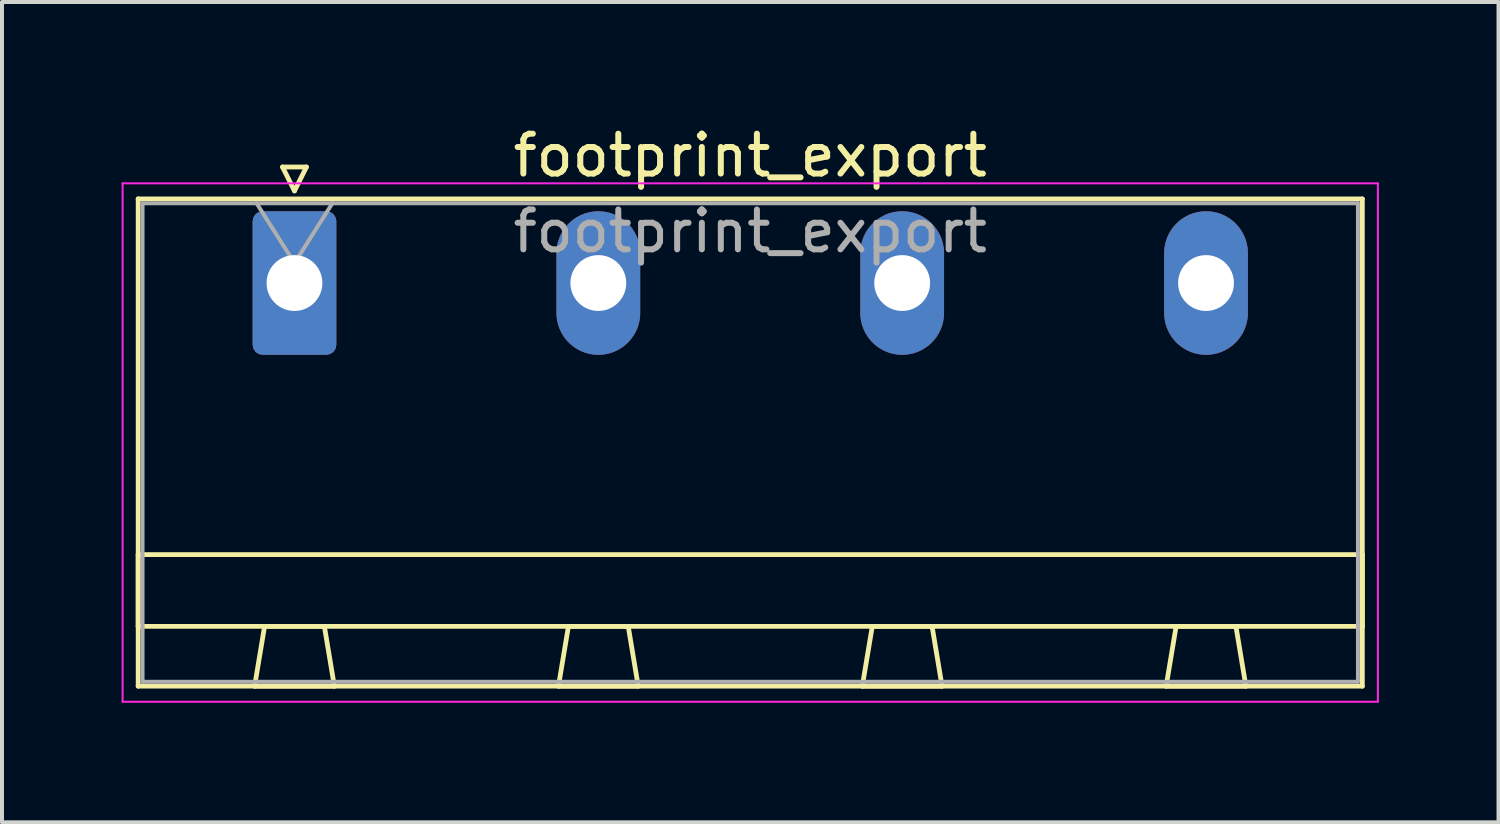
<source format=kicad_pcb>
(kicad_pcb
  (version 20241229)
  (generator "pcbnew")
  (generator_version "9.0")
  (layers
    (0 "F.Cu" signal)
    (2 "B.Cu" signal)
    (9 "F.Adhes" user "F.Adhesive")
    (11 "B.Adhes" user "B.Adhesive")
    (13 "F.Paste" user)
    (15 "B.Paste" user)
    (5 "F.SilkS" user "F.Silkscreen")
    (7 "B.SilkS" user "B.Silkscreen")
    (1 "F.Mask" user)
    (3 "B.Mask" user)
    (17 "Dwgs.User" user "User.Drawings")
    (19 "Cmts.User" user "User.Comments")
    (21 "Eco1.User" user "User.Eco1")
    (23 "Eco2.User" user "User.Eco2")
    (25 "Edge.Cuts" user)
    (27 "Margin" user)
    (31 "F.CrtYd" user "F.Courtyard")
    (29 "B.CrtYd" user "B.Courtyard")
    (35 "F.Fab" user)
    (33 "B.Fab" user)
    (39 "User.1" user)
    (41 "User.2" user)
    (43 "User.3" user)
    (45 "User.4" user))
  (footprint "footprint_export"
    (layer "F.Cu")
    (at 4.335 4.048)
    (property "Reference" "footprint_export" (at 11.43 -3.2 0) (layer "F.SilkS") (effects (font (size 1 1) (thickness 0.15))))
    (attr through_hole)
    (fp_line (start -3.92 -2.11) (end -3.92 10.11) (stroke (width 0.12) (type solid)) (layer "F.SilkS"))
    (fp_line (start -3.92 6.81) (end 26.78 6.81) (stroke (width 0.12) (type solid)) (layer "F.SilkS"))
    (fp_line (start -3.92 8.61) (end -3.92 6.81) (stroke (width 0.12) (type solid)) (layer "F.SilkS"))
    (fp_line (start -3.92 10.11) (end 26.78 10.11) (stroke (width 0.12) (type solid)) (layer "F.SilkS"))
    (fp_line (start -1 10.11) (end 1 10.11) (stroke (width 0.12) (type solid)) (layer "F.SilkS"))
    (fp_line (start -0.75 8.61) (end -1 10.11) (stroke (width 0.12) (type solid)) (layer "F.SilkS"))
    (fp_line (start -0.3 -2.91) (end 0.3 -2.91) (stroke (width 0.12) (type solid)) (layer "F.SilkS"))
    (fp_line (start 0 -2.31) (end -0.3 -2.91) (stroke (width 0.12) (type solid)) (layer "F.SilkS"))
    (fp_line (start 0.3 -2.91) (end 0 -2.31) (stroke (width 0.12) (type solid)) (layer "F.SilkS"))
    (fp_line (start 0.75 8.61) (end -0.75 8.61) (stroke (width 0.12) (type solid)) (layer "F.SilkS"))
    (fp_line (start 1 10.11) (end 0.75 8.61) (stroke (width 0.12) (type solid)) (layer "F.SilkS"))
    (fp_line (start 6.62 10.11) (end 8.62 10.11) (stroke (width 0.12) (type solid)) (layer "F.SilkS"))
    (fp_line (start 6.87 8.61) (end 6.62 10.11) (stroke (width 0.12) (type solid)) (layer "F.SilkS"))
    (fp_line (start 8.37 8.61) (end 6.87 8.61) (stroke (width 0.12) (type solid)) (layer "F.SilkS"))
    (fp_line (start 8.62 10.11) (end 8.37 8.61) (stroke (width 0.12) (type solid)) (layer "F.SilkS"))
    (fp_line (start 14.24 10.11) (end 16.24 10.11) (stroke (width 0.12) (type solid)) (layer "F.SilkS"))
    (fp_line (start 14.49 8.61) (end 14.24 10.11) (stroke (width 0.12) (type solid)) (layer "F.SilkS"))
    (fp_line (start 15.99 8.61) (end 14.49 8.61) (stroke (width 0.12) (type solid)) (layer "F.SilkS"))
    (fp_line (start 16.24 10.11) (end 15.99 8.61) (stroke (width 0.12) (type solid)) (layer "F.SilkS"))
    (fp_line (start 21.86 10.11) (end 23.86 10.11) (stroke (width 0.12) (type solid)) (layer "F.SilkS"))
    (fp_line (start 22.11 8.61) (end 21.86 10.11) (stroke (width 0.12) (type solid)) (layer "F.SilkS"))
    (fp_line (start 23.61 8.61) (end 22.11 8.61) (stroke (width 0.12) (type solid)) (layer "F.SilkS"))
    (fp_line (start 23.86 10.11) (end 23.61 8.61) (stroke (width 0.12) (type solid)) (layer "F.SilkS"))
    (fp_line (start 26.78 -2.11) (end -3.92 -2.11) (stroke (width 0.12) (type solid)) (layer "F.SilkS"))
    (fp_line (start 26.78 6.81) (end 26.78 8.61) (stroke (width 0.12) (type solid)) (layer "F.SilkS"))
    (fp_line (start 26.78 8.61) (end -3.92 8.61) (stroke (width 0.12) (type solid)) (layer "F.SilkS"))
    (fp_line (start 26.78 10.11) (end 26.78 -2.11) (stroke (width 0.12) (type solid)) (layer "F.SilkS"))
    (fp_line (start -4.31 -2.5) (end -4.31 10.5) (stroke (width 0.05) (type solid)) (layer "F.CrtYd"))
    (fp_line (start -4.31 10.5) (end 27.17 10.5) (stroke (width 0.05) (type solid)) (layer "F.CrtYd"))
    (fp_line (start 27.17 -2.5) (end -4.31 -2.5) (stroke (width 0.05) (type solid)) (layer "F.CrtYd"))
    (fp_line (start 27.17 10.5) (end 27.17 -2.5) (stroke (width 0.05) (type solid)) (layer "F.CrtYd"))
    (fp_line (start -3.81 -2) (end -3.81 10) (stroke (width 0.1) (type solid)) (layer "F.Fab"))
    (fp_line (start -3.81 10) (end 26.67 10) (stroke (width 0.1) (type solid)) (layer "F.Fab"))
    (fp_line (start 0 -0.5) (end -0.95 -2) (stroke (width 0.1) (type solid)) (layer "F.Fab"))
    (fp_line (start 0.95 -2) (end 0 -0.5) (stroke (width 0.1) (type solid)) (layer "F.Fab"))
    (fp_line (start 26.67 -2) (end -3.81 -2) (stroke (width 0.1) (type solid)) (layer "F.Fab"))
    (fp_line (start 26.67 10) (end 26.67 -2) (stroke (width 0.1) (type solid)) (layer "F.Fab"))
    (fp_text user "${REFERENCE}" (at 11.43 -1.3 0) (layer "F.Fab") (effects (font (size 1 1) (thickness 0.15))))
    (pad "1" thru_hole roundrect (at 0 0) (size 2.1 3.6) (drill 1.4) (layers "*.Cu" "*.Mask") (roundrect_rratio 0.119))
    (pad "2" thru_hole oval (at 7.62 0) (size 2.1 3.6) (drill 1.4) (layers "*.Cu" "*.Mask"))
    (pad "3" thru_hole oval (at 15.24 0) (size 2.1 3.6) (drill 1.4) (layers "*.Cu" "*.Mask"))
    (pad "4" thru_hole oval (at 22.86 0) (size 2.1 3.6) (drill 1.4) (layers "*.Cu" "*.Mask")))
  (gr_rect
    (start -3 -3)
    (end 34.53 17.573)
    (stroke (width 0.1) (type default))
    (fill no)
    (layer "Edge.Cuts")))
</source>
